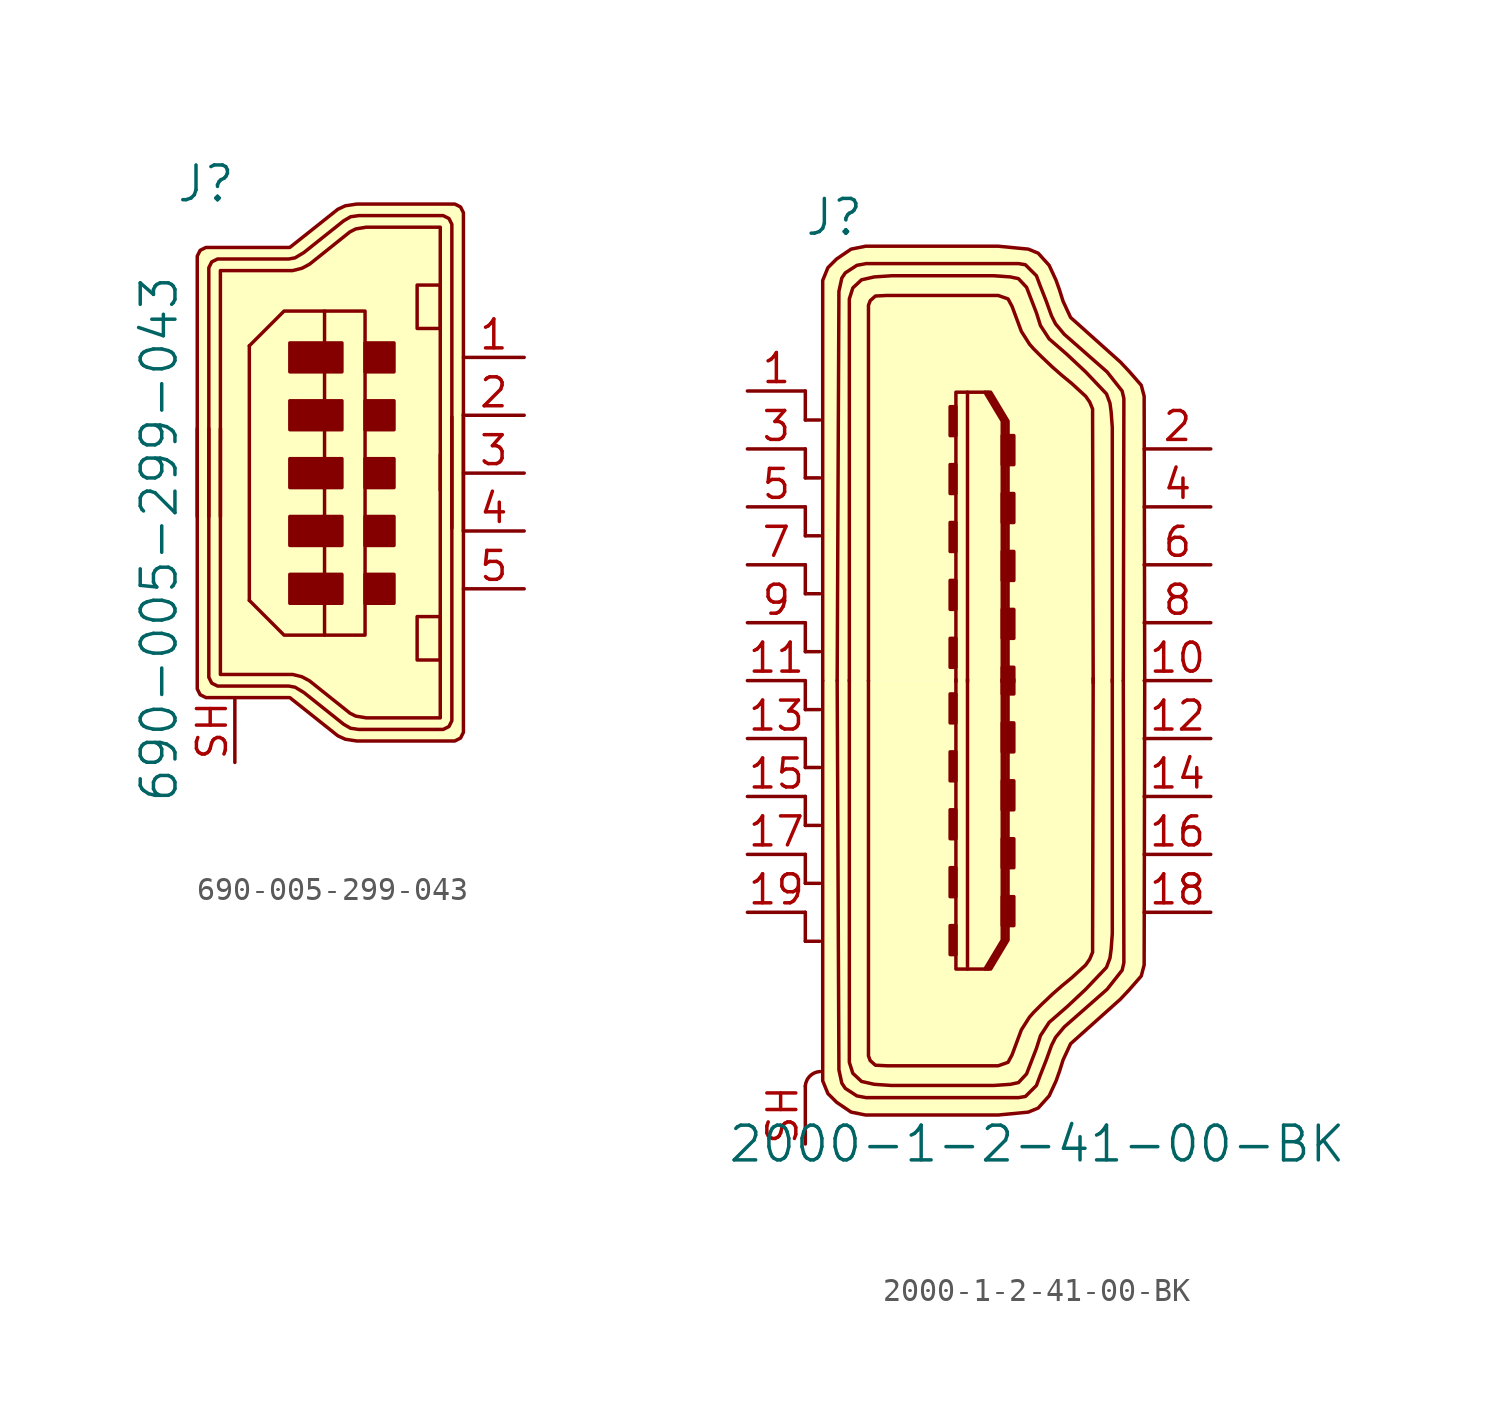
<source format=kicad_sym>
(kicad_symbol_lib
  (version 20201005)
  (generator kicad_symbol_editor)
  (symbol "690-005-299-043"
    (pin_names
      (offset 1.016))
    (property "Reference" "J"
      (at 8.89 30.48 0)
      (effects (font (size 1.524 1.524))))
    (property "Value" "690-005-299-043"
      (at 6.833 14.884 90)
      (effects (font (size 1.524 1.524))))
    (symbol "690-005-299-043_0_1"
      (rectangle (start 14.859 12.065) (end 12.573 13.335) (stroke (width 0)) (fill (type outline)))
      (rectangle (start 14.859 14.605) (end 12.573 15.875) (stroke (width 0)) (fill (type outline)))
      (rectangle (start 14.859 17.145) (end 12.573 18.415) (stroke (width 0)) (fill (type outline)))
      (rectangle (start 14.859 19.685) (end 12.573 20.955) (stroke (width 0)) (fill (type outline)))
      (rectangle (start 14.859 22.225) (end 12.573 23.495) (stroke (width 0)) (fill (type outline)))
      (rectangle (start 15.875 10.668) (end 14.097 24.892) (stroke (width 0)) (fill (type none)))
      (rectangle (start 17.145 13.335) (end 15.875 12.065) (stroke (width 0)) (fill (type outline)))
      (rectangle (start 17.145 15.875) (end 15.875 14.605) (stroke (width 0)) (fill (type outline)))
      (rectangle (start 17.145 18.415) (end 15.875 17.145) (stroke (width 0)) (fill (type outline)))
      (rectangle (start 17.145 20.955) (end 15.875 19.685) (stroke (width 0)) (fill (type outline)))
      (rectangle (start 17.145 23.495) (end 15.875 22.225) (stroke (width 0)) (fill (type outline)))
      (rectangle (start 18.161 9.576) (end 19.177 11.481) (stroke (width 0)) (fill (type none)))
      (rectangle (start 18.161 26.035) (end 19.177 24.13) (stroke (width 0)) (fill (type none)))
      (polyline (pts (xy 10.795 23.368) (xy 10.795 12.192)) (stroke (width 0)) (fill (type none)))
      (polyline (pts (xy 10.795 12.192) (xy 12.319 10.668) (xy 14.097 10.668)) (stroke (width 0)) (fill (type none)))
      (polyline (pts (xy 10.795 23.368) (xy 12.319 24.892) (xy 14.097 24.892)) (stroke (width 0)) (fill (type none)))
      (polyline (pts (xy 19.177 17.018) (xy 19.177 28.575) (xy 15.926 28.575) (xy 15.469 28.499) (xy 15.215 28.372) (xy 13.437 26.949) (xy 13.106 26.772) (xy 12.7 26.67) (xy 9.525 26.67) (xy 9.525 15.875)) (stroke (width 0)) (fill (type none)))
      (polyline (pts (xy 19.177 18.593) (xy 19.177 7.036) (xy 15.926 7.036) (xy 15.469 7.112) (xy 15.215 7.239) (xy 13.437 8.661) (xy 13.106 8.839) (xy 12.7 8.941) (xy 9.525 8.941) (xy 9.525 19.736)) (stroke (width 0)) (fill (type none)))
      (polyline (pts (xy 20.193 15.24) (xy 20.193 28.956) (xy 20.193 29.21) (xy 20.066 29.464) (xy 19.812 29.591) (xy 19.558 29.591) (xy 15.519 29.591) (xy 15.011 29.515) (xy 14.681 29.362) (xy 12.573 27.686) (xy 9.144 27.686) (xy 8.89 27.686) (xy 8.636 27.559) (xy 8.509 27.305) (xy 8.509 27.051) (xy 8.509 15.875)) (stroke (width 0)) (fill (type background)))
      (polyline (pts (xy 20.193 20.371) (xy 20.193 6.655) (xy 20.193 6.401) (xy 20.066 6.147) (xy 19.812 6.02) (xy 19.558 6.02) (xy 15.519 6.02) (xy 15.011 6.096) (xy 14.681 6.248) (xy 12.573 7.925) (xy 9.144 7.925) (xy 8.89 7.925) (xy 8.636 8.052) (xy 8.509 8.306) (xy 8.509 8.56) (xy 8.509 19.736)) (stroke (width 0)) (fill (type background)))
      (polyline (pts (xy 19.685 15.367) (xy 19.685 28.448) (xy 19.685 28.702) (xy 19.558 28.956) (xy 19.304 29.083) (xy 19.05 29.083) (xy 15.596 29.083) (xy 15.24 29.032) (xy 14.935 28.854) (xy 13.183 27.457) (xy 12.802 27.229) (xy 12.522 27.178) (xy 9.652 27.178) (xy 9.398 27.178) (xy 9.144 27.051) (xy 9.017 26.797) (xy 9.017 26.543) (xy 9.017 15.875)) (stroke (width 0)) (fill (type none)))
      (polyline (pts (xy 19.685 20.244) (xy 19.685 7.163) (xy 19.685 6.909) (xy 19.558 6.655) (xy 19.304 6.528) (xy 19.05 6.528) (xy 15.596 6.528) (xy 15.24 6.579) (xy 14.935 6.756) (xy 13.183 8.153) (xy 12.802 8.382) (xy 12.522 8.433) (xy 9.652 8.433) (xy 9.398 8.433) (xy 9.144 8.56) (xy 9.017 8.814) (xy 9.017 9.068) (xy 9.017 19.736)) (stroke (width 0)) (fill (type none))))
    (symbol "690-005-299-043_1_1"
      (pin passive line (at 22.86 22.86 180) (length 2.667) (name "~" (effects (font (size 1.27 1.27)))) (number "1" (effects (font (size 1.27 1.27)))))
      (pin passive line (at 22.86 20.32 180) (length 2.667) (name "~" (effects (font (size 1.27 1.27)))) (number "2" (effects (font (size 1.27 1.27)))))
      (pin passive line (at 22.86 17.78 180) (length 2.667) (name "~" (effects (font (size 1.27 1.27)))) (number "3" (effects (font (size 1.27 1.27)))))
      (pin passive line (at 22.86 15.24 180) (length 2.667) (name "~" (effects (font (size 1.27 1.27)))) (number "4" (effects (font (size 1.27 1.27)))))
      (pin passive line (at 22.86 12.7 180) (length 2.667) (name "~" (effects (font (size 1.27 1.27)))) (number "5" (effects (font (size 1.27 1.27)))))
      (pin passive line (at 10.16 5.08 90) (length 2.794) (name "~" (effects (font (size 1.27 1.27)))) (number "SH" (effects (font (size 1.27 1.27)))))))
  (symbol "2000-1-2-41-00-BK"
    (pin_names
      (offset 1.016))
    (property "Reference" "J"
      (at -6.35 20.32 0)
      (effects (font (size 1.524 1.524))))
    (property "Value" "2000-1-2-41-00-BK"
      (at 2.54 -20.32 0)
      (effects (font (size 1.524 1.524))))
    (symbol "2000-1-2-41-00-BK_0_1"
      (arc (start -7.62 -17.78) (end -6.985 -17.145) (radius (at -6.985 -17.8054) (length 0.635) (angles 177.7 90)) (stroke (width 0)) (fill (type none)))
      (rectangle (start -1.27 -12.014) (end -1.016 -10.744) (stroke (width 0)) (fill (type outline)))
      (rectangle (start -1.27 -9.474) (end -1.016 -8.204) (stroke (width 0)) (fill (type outline)))
      (rectangle (start -1.27 -6.934) (end -1.016 -5.664) (stroke (width 0)) (fill (type outline)))
      (rectangle (start -1.27 -4.394) (end -1.016 -3.124) (stroke (width 0)) (fill (type outline)))
      (rectangle (start -1.27 -1.854) (end -1.016 -0.584) (stroke (width 0)) (fill (type outline)))
      (rectangle (start -1.27 1.854) (end -1.016 0.584) (stroke (width 0)) (fill (type outline)))
      (rectangle (start -1.27 4.394) (end -1.016 3.124) (stroke (width 0)) (fill (type outline)))
      (rectangle (start -1.27 6.934) (end -1.016 5.664) (stroke (width 0)) (fill (type outline)))
      (rectangle (start -1.27 9.474) (end -1.016 8.204) (stroke (width 0)) (fill (type outline)))
      (rectangle (start -1.27 12.014) (end -1.016 10.744) (stroke (width 0)) (fill (type outline)))
      (rectangle (start 1.016 -10.744) (end 1.524 -9.474) (stroke (width 0)) (fill (type outline)))
      (rectangle (start 1.016 -8.204) (end 1.524 -6.934) (stroke (width 0)) (fill (type outline)))
      (rectangle (start 1.016 -5.664) (end 1.524 -4.394) (stroke (width 0)) (fill (type outline)))
      (rectangle (start 1.016 -3.124) (end 1.524 -1.854) (stroke (width 0)) (fill (type outline)))
      (rectangle (start 1.016 -0.584) (end 1.524 0.051) (stroke (width 0)) (fill (type outline)))
      (rectangle (start 1.016 0.584) (end 1.524 -0.051) (stroke (width 0)) (fill (type outline)))
      (rectangle (start 1.016 3.124) (end 1.524 1.854) (stroke (width 0)) (fill (type outline)))
      (rectangle (start 1.016 5.664) (end 1.524 4.394) (stroke (width 0)) (fill (type outline)))
      (rectangle (start 1.016 8.204) (end 1.524 6.934) (stroke (width 0)) (fill (type outline)))
      (rectangle (start 1.016 10.744) (end 1.524 9.474) (stroke (width 0)) (fill (type outline)))
      (polyline (pts (xy -7.62 -10.16) (xy -7.62 -11.43)) (stroke (width 0)) (fill (type none)))
      (polyline (pts (xy -7.62 -7.62) (xy -7.62 -8.89)) (stroke (width 0)) (fill (type none)))
      (polyline (pts (xy -7.62 -5.08) (xy -7.62 -6.35)) (stroke (width 0)) (fill (type none)))
      (polyline (pts (xy -7.62 -2.54) (xy -7.62 -3.81)) (stroke (width 0)) (fill (type none)))
      (polyline (pts (xy -7.62 0) (xy -7.62 -1.27)) (stroke (width 0)) (fill (type none)))
      (polyline (pts (xy -7.62 2.54) (xy -7.62 1.27)) (stroke (width 0)) (fill (type none)))
      (polyline (pts (xy -7.62 5.08) (xy -7.62 3.81)) (stroke (width 0)) (fill (type none)))
      (polyline (pts (xy -7.62 7.62) (xy -7.62 6.35)) (stroke (width 0)) (fill (type none)))
      (polyline (pts (xy -7.62 10.16) (xy -7.62 8.89)) (stroke (width 0)) (fill (type none)))
      (polyline (pts (xy -7.62 12.7) (xy -7.62 11.43)) (stroke (width 0)) (fill (type none)))
      (polyline (pts (xy -6.985 -11.43) (xy -7.62 -11.43)) (stroke (width 0)) (fill (type none)))
      (polyline (pts (xy -6.985 -8.89) (xy -7.62 -8.89)) (stroke (width 0)) (fill (type none)))
      (polyline (pts (xy -6.985 -6.35) (xy -7.62 -6.35)) (stroke (width 0)) (fill (type none)))
      (polyline (pts (xy -6.985 -3.81) (xy -7.62 -3.81)) (stroke (width 0)) (fill (type none)))
      (polyline (pts (xy -6.985 -1.27) (xy -7.62 -1.27)) (stroke (width 0)) (fill (type none)))
      (polyline (pts (xy -6.985 1.27) (xy -7.62 1.27)) (stroke (width 0)) (fill (type none)))
      (polyline (pts (xy -6.985 3.81) (xy -7.62 3.81)) (stroke (width 0)) (fill (type none)))
      (polyline (pts (xy -6.985 6.35) (xy -7.62 6.35)) (stroke (width 0)) (fill (type none)))
      (polyline (pts (xy -6.985 8.89) (xy -7.62 8.89)) (stroke (width 0)) (fill (type none)))
      (polyline (pts (xy -6.985 11.43) (xy -7.62 11.43)) (stroke (width 0)) (fill (type none)))
      (polyline (pts (xy -0.508 -0.051) (xy -0.508 12.649)) (stroke (width 0)) (fill (type none)))
      (polyline (pts (xy -0.508 0.051) (xy -0.508 -12.649)) (stroke (width 0)) (fill (type none)))
      (polyline (pts (xy 0.381 -12.649) (xy 1.143 -11.379)) (stroke (width 0)) (fill (type none)))
      (polyline (pts (xy 0.381 12.649) (xy 1.143 11.379)) (stroke (width 0)) (fill (type none)))
      (polyline (pts (xy 1.143 -11.379) (xy 1.143 0.051)) (stroke (width 0)) (fill (type none)))
      (polyline (pts (xy 1.143 11.379) (xy 1.143 -0.051)) (stroke (width 0)) (fill (type none)))
      (polyline (pts (xy 0.254 -12.649) (xy 1.016 -11.379) (xy 1.016 0.051)) (stroke (width 0)) (fill (type none)))
      (polyline (pts (xy 0.254 12.649) (xy 1.016 11.379) (xy 1.016 -0.051)) (stroke (width 0)) (fill (type none)))
      (polyline (pts (xy -1.016 -0.051) (xy -1.016 12.649) (xy 0.508 12.649) (xy 1.27 11.379) (xy 1.27 -0.051)) (stroke (width 0)) (fill (type none)))
      (polyline (pts (xy -1.016 0.051) (xy -1.016 -12.649) (xy 0.508 -12.649) (xy 1.27 -11.379) (xy 1.27 0.051)) (stroke (width 0)) (fill (type none)))
      (polyline (pts (xy -6.223 0) (xy -6.147 -17.069) (xy -6.02 -17.653) (xy -5.867 -17.882) (xy -5.359 -18.212) (xy -4.953 -18.288) (xy -3.607 -18.288) (xy 1.727 -18.288) (xy 2.032 -18.237) (xy 2.21 -18.059) (xy 2.515 -17.755) (xy 2.667 -17.348) (xy 2.946 -16.637) (xy 3.175 -16.002) (xy 3.353 -15.646) (xy 3.734 -15.189) (xy 5.613 -13.538) (xy 6.274 -12.7) (xy 6.35 -12.37) (xy 6.325 0)) (stroke (width 0)) (fill (type none)))
      (polyline (pts (xy -6.223 0) (xy -6.147 17.069) (xy -6.02 17.653) (xy -5.867 17.882) (xy -5.359 18.212) (xy -4.953 18.288) (xy -3.607 18.288) (xy 1.727 18.288) (xy 2.032 18.237) (xy 2.21 18.059) (xy 2.515 17.755) (xy 2.667 17.348) (xy 2.946 16.637) (xy 3.175 16.002) (xy 3.353 15.646) (xy 3.734 15.189) (xy 5.613 13.538) (xy 6.274 12.7) (xy 6.35 12.37) (xy 6.325 0)) (stroke (width 0)) (fill (type none)))
      (polyline (pts (xy 7.264 -0.025) (xy 7.239 12.471) (xy 7.112 12.954) (xy 6.579 13.564) (xy 6.198 13.97) (xy 4.013 15.926) (xy 3.683 16.637) (xy 3.531 17.12) (xy 3.378 17.551) (xy 3.073 18.212) (xy 2.591 18.745) (xy 2.159 18.923) (xy 0.838 19.05) (xy -4.978 19.05) (xy -5.613 18.923) (xy -6.248 18.491) (xy -6.629 18.11) (xy -6.858 17.551) (xy -6.858 16.231) (xy -6.858 0)) (stroke (width 0)) (fill (type background)))
      (polyline (pts (xy 7.264 0.025) (xy 7.239 -12.471) (xy 7.112 -12.954) (xy 6.579 -13.564) (xy 6.198 -13.97) (xy 4.013 -15.926) (xy 3.683 -16.637) (xy 3.531 -17.12) (xy 3.378 -17.551) (xy 3.073 -18.212) (xy 2.591 -18.745) (xy 2.159 -18.923) (xy 0.838 -19.05) (xy -4.978 -19.05) (xy -5.613 -18.923) (xy -6.248 -18.491) (xy -6.629 -18.11) (xy -6.858 -17.551) (xy -6.858 -16.231) (xy -6.858 0)) (stroke (width 0)) (fill (type background)))
      (polyline (pts (xy -5.69 -0.025) (xy -5.69 16.739) (xy -5.537 17.221) (xy -5.156 17.577) (xy -4.597 17.704) (xy -3.835 17.755) (xy 0.635 17.755) (xy 1.372 17.704) (xy 1.727 17.628) (xy 2.083 17.247) (xy 2.515 16.129) (xy 2.692 15.57) (xy 3.073 14.986) (xy 3.861 14.3) (xy 4.674 13.538) (xy 5.156 13.03) (xy 5.588 12.573) (xy 5.74 12.167) (xy 5.791 11.786) (xy 5.842 11.1) (xy 5.842 -0.051)) (stroke (width 0)) (fill (type none)))
      (polyline (pts (xy -5.69 0.025) (xy -5.69 -16.739) (xy -5.537 -17.221) (xy -5.156 -17.577) (xy -4.597 -17.704) (xy -3.835 -17.755) (xy 0.635 -17.755) (xy 1.372 -17.704) (xy 1.727 -17.628) (xy 2.083 -17.247) (xy 2.515 -16.129) (xy 2.692 -15.57) (xy 3.073 -14.986) (xy 3.861 -14.3) (xy 4.674 -13.538) (xy 5.156 -13.03) (xy 5.588 -12.573) (xy 5.74 -12.167) (xy 5.791 -11.786) (xy 5.842 -11.1) (xy 5.842 0.051)) (stroke (width 0)) (fill (type none)))
      (polyline (pts (xy -4.851 0) (xy -4.851 -16.459) (xy -4.775 -16.662) (xy -4.547 -16.866) (xy -4.039 -16.891) (xy 0.838 -16.891) (xy 1.27 -16.739) (xy 1.448 -16.408) (xy 1.702 -15.723) (xy 1.854 -15.316) (xy 2.21 -14.757) (xy 2.388 -14.554) (xy 2.591 -14.351) (xy 2.743 -14.199) (xy 3.226 -13.741) (xy 3.632 -13.386) (xy 4.064 -13.03) (xy 4.369 -12.751) (xy 4.674 -12.471) (xy 4.851 -12.217) (xy 4.978 -11.913) (xy 4.978 -11.532) (xy 5.004 0.102)) (stroke (width 0)) (fill (type none)))
      (polyline (pts (xy -4.851 0) (xy -4.851 16.459) (xy -4.775 16.662) (xy -4.547 16.866) (xy -4.039 16.891) (xy 0.838 16.891) (xy 1.27 16.739) (xy 1.448 16.408) (xy 1.702 15.723) (xy 1.854 15.316) (xy 2.21 14.757) (xy 2.388 14.554) (xy 2.591 14.351) (xy 2.743 14.199) (xy 3.226 13.741) (xy 3.632 13.386) (xy 4.064 13.03) (xy 4.369 12.751) (xy 4.674 12.471) (xy 4.851 12.217) (xy 4.978 11.913) (xy 4.978 11.532) (xy 5.004 -0.102)) (stroke (width 0)) (fill (type none))))
    (symbol "2000-1-2-41-00-BK_1_1"
      (pin passive line (at -10.16 12.7 0) (length 2.54) (name "~" (effects (font (size 1.27 1.27)))) (number "1" (effects (font (size 1.27 1.27)))))
      (pin passive line (at 10.16 10.16 180) (length 2.921) (name "~" (effects (font (size 1.27 1.27)))) (number "2" (effects (font (size 1.27 1.27)))))
      (pin passive line (at -10.16 10.16 0) (length 2.54) (name "~" (effects (font (size 1.27 1.27)))) (number "3" (effects (font (size 1.27 1.27)))))
      (pin passive line (at 10.16 7.62 180) (length 2.921) (name "~" (effects (font (size 1.27 1.27)))) (number "4" (effects (font (size 1.27 1.27)))))
      (pin passive line (at -10.16 7.62 0) (length 2.54) (name "~" (effects (font (size 1.27 1.27)))) (number "5" (effects (font (size 1.27 1.27)))))
      (pin passive line (at 10.16 5.08 180) (length 2.921) (name "~" (effects (font (size 1.27 1.27)))) (number "6" (effects (font (size 1.27 1.27)))))
      (pin passive line (at -10.16 5.08 0) (length 2.54) (name "~" (effects (font (size 1.27 1.27)))) (number "7" (effects (font (size 1.27 1.27)))))
      (pin passive line (at 10.16 2.54 180) (length 2.921) (name "~" (effects (font (size 1.27 1.27)))) (number "8" (effects (font (size 1.27 1.27)))))
      (pin passive line (at -10.16 2.54 0) (length 2.54) (name "~" (effects (font (size 1.27 1.27)))) (number "9" (effects (font (size 1.27 1.27)))))
      (pin passive line (at 10.16 0 180) (length 2.921) (name "~" (effects (font (size 1.27 1.27)))) (number "10" (effects (font (size 1.27 1.27)))))
      (pin passive line (at -10.16 0 0) (length 2.54) (name "~" (effects (font (size 1.27 1.27)))) (number "11" (effects (font (size 1.27 1.27)))))
      (pin passive line (at 10.16 -2.54 180) (length 2.921) (name "~" (effects (font (size 1.27 1.27)))) (number "12" (effects (font (size 1.27 1.27)))))
      (pin passive line (at -10.16 -2.54 0) (length 2.54) (name "~" (effects (font (size 1.27 1.27)))) (number "13" (effects (font (size 1.27 1.27)))))
      (pin passive line (at 10.16 -5.08 180) (length 2.921) (name "~" (effects (font (size 1.27 1.27)))) (number "14" (effects (font (size 1.27 1.27)))))
      (pin passive line (at -10.16 -5.08 0) (length 2.54) (name "~" (effects (font (size 1.27 1.27)))) (number "15" (effects (font (size 1.27 1.27)))))
      (pin passive line (at 10.16 -7.62 180) (length 2.921) (name "~" (effects (font (size 1.27 1.27)))) (number "16" (effects (font (size 1.27 1.27)))))
      (pin passive line (at -10.16 -7.62 0) (length 2.54) (name "~" (effects (font (size 1.27 1.27)))) (number "17" (effects (font (size 1.27 1.27)))))
      (pin passive line (at 10.16 -10.16 180) (length 2.921) (name "~" (effects (font (size 1.27 1.27)))) (number "18" (effects (font (size 1.27 1.27)))))
      (pin passive line (at -10.16 -10.16 0) (length 2.54) (name "~" (effects (font (size 1.27 1.27)))) (number "19" (effects (font (size 1.27 1.27)))))
      (pin passive line (at -7.62 -20.32 90) (length 2.54) (name "~" (effects (font (size 1.27 1.27)))) (number "SH" (effects (font (size 1.27 1.27))))))))
</source>
